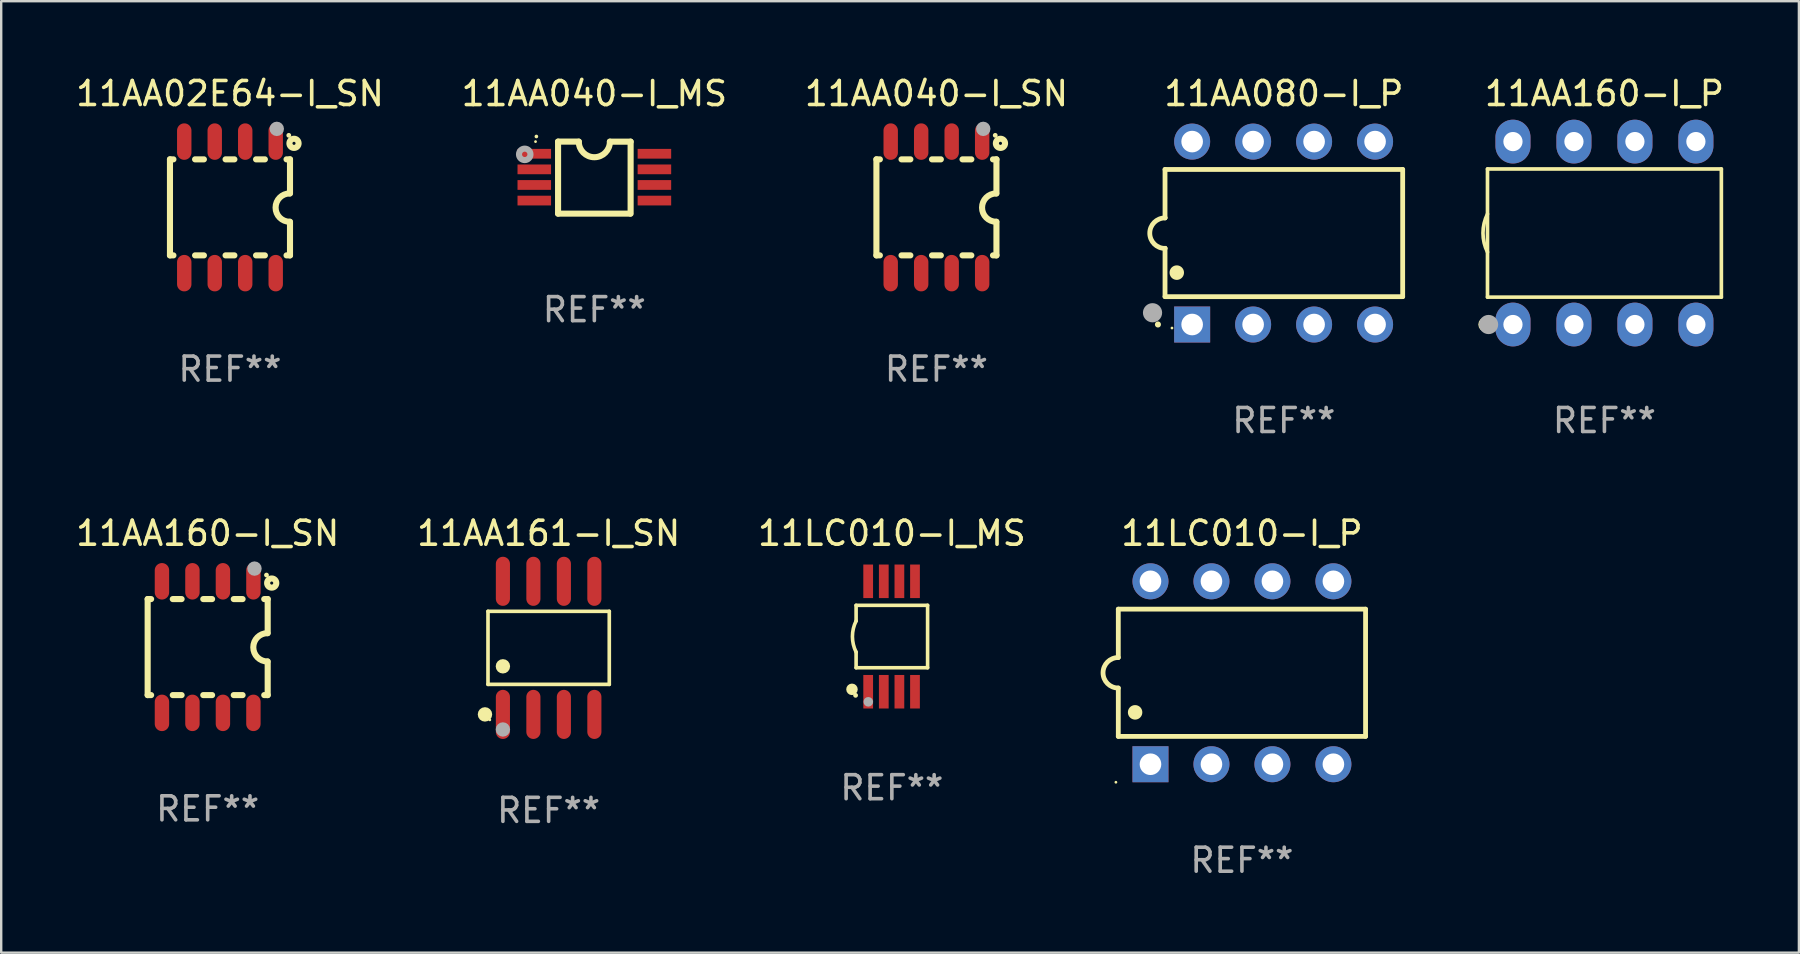
<source format=kicad_pcb>
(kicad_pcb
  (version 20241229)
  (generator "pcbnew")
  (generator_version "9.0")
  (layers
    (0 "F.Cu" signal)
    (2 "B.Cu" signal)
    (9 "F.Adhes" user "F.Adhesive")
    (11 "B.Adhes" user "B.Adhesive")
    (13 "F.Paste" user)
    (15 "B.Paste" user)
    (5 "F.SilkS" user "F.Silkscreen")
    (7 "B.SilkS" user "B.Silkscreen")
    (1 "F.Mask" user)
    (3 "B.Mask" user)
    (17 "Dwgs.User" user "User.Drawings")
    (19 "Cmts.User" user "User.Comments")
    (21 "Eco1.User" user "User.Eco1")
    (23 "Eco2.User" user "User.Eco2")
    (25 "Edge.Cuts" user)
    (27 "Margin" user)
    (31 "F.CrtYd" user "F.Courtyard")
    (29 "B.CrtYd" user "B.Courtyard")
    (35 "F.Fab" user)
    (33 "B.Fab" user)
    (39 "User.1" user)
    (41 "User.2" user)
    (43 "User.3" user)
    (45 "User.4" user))
  (footprint "11AA160-I_P"
    (layer "F.Cu")
    (at 63.784 6.658)
    (property "Reference" "11AA160-I_P" (at 0 -5.81 0) (layer "F.SilkS") (effects (font (size 1 1) (thickness 0.15))))
    (attr through_hole)
    (fp_line (start -4.871 -2.669) (end 4.871 -2.669) (stroke (width 0.152) (type solid)) (layer "F.SilkS"))
    (fp_line (start -4.871 2.669) (end -4.871 -2.669) (stroke (width 0.152) (type solid)) (layer "F.SilkS"))
    (fp_line (start 4.871 -2.669) (end 4.871 2.669) (stroke (width 0.152) (type solid)) (layer "F.SilkS"))
    (fp_line (start 4.871 2.669) (end -4.871 2.669) (stroke (width 0.152) (type solid)) (layer "F.SilkS"))
    (fp_arc (start -4.871222 0.793751) (mid -5.058601 0) (end -4.871222 -0.793752) (stroke (width 0.1524) (type solid)) (layer "F.SilkS"))
    (fp_circle (center -4.953 3.81) (end -4.803 3.81) (stroke (width 0.3) (type solid)) (fill no) (layer "F.SilkS"))
    (fp_circle (center -4.795 3.935) (end -4.765 3.935) (stroke (width 0.06) (type solid)) (fill no) (layer "F.SilkS"))
    (fp_circle (center -4.826 3.81) (end -4.626 3.81) (stroke (width 0.4) (type solid)) (fill no) (layer "F.Fab"))
    (fp_text user "REF**" (at 0 7.81 0) (layer "F.Fab") (effects (font (size 1 1) (thickness 0.15))))
    (pad "1" thru_hole oval (at -3.81 3.81) (size 1.46 1.825) (drill 0.8) (layers "*.Cu" "*.Mask"))
    (pad "2" thru_hole oval (at -1.27 3.81) (size 1.46 1.825) (drill 0.8) (layers "*.Cu" "*.Mask"))
    (pad "3" thru_hole oval (at 1.27 3.81) (size 1.46 1.825) (drill 0.8) (layers "*.Cu" "*.Mask"))
    (pad "4" thru_hole oval (at 3.81 3.81) (size 1.46 1.825) (drill 0.8) (layers "*.Cu" "*.Mask"))
    (pad "5" thru_hole oval (at 3.81 -3.81) (size 1.46 1.825) (drill 0.8) (layers "*.Cu" "*.Mask"))
    (pad "6" thru_hole oval (at 1.27 -3.81) (size 1.46 1.825) (drill 0.8) (layers "*.Cu" "*.Mask"))
    (pad "7" thru_hole oval (at -1.27 -3.81) (size 1.46 1.825) (drill 0.8) (layers "*.Cu" "*.Mask"))
    (pad "8" thru_hole oval (at -3.81 -3.81) (size 1.46 1.825) (drill 0.8) (layers "*.Cu" "*.Mask")))
  (footprint "11AA161-I_SN"
    (layer "F.Cu")
    (at 19.804 23.937)
    (property "Reference" "11AA161-I_SN" (at 0 -4.772 0) (layer "F.SilkS") (effects (font (size 1 1) (thickness 0.15))))
    (attr through_hole)
    (fp_line (start -2.526 -1.521) (end 2.526 -1.521) (stroke (width 0.152) (type solid)) (layer "F.SilkS"))
    (fp_line (start -2.526 1.521) (end -2.526 -1.521) (stroke (width 0.152) (type solid)) (layer "F.SilkS"))
    (fp_line (start 2.526 -1.521) (end 2.526 1.521) (stroke (width 0.152) (type solid)) (layer "F.SilkS"))
    (fp_line (start 2.526 1.521) (end -2.526 1.521) (stroke (width 0.152) (type solid)) (layer "F.SilkS"))
    (fp_circle (center -2.652 2.772) (end -2.501 2.772) (stroke (width 0.3) (type solid)) (fill no) (layer "F.SilkS"))
    (fp_circle (center -2.45 3) (end -2.42 3) (stroke (width 0.06) (type solid)) (fill no) (layer "F.SilkS"))
    (fp_circle (center -1.905 0.769) (end -1.755 0.769) (stroke (width 0.3) (type solid)) (fill no) (layer "F.SilkS"))
    (fp_circle (center -1.905 3.4) (end -1.755 3.4) (stroke (width 0.3) (type solid)) (fill no) (layer "F.Fab"))
    (fp_text user "REF**" (at 0 6.772 0) (layer "F.Fab") (effects (font (size 1 1) (thickness 0.15))))
    (pad "1" smd oval (at -1.905 2.772) (size 0.588 2.045) (layers "F.Cu" "F.Mask" "F.Paste"))
    (pad "2" smd oval (at -0.635 2.772) (size 0.588 2.045) (layers "F.Cu" "F.Mask" "F.Paste"))
    (pad "3" smd oval (at 0.635 2.772) (size 0.588 2.045) (layers "F.Cu" "F.Mask" "F.Paste"))
    (pad "4" smd oval (at 1.905 2.772) (size 0.588 2.045) (layers "F.Cu" "F.Mask" "F.Paste"))
    (pad "5" smd oval (at 1.905 -2.772) (size 0.588 2.045) (layers "F.Cu" "F.Mask" "F.Paste"))
    (pad "6" smd oval (at 0.635 -2.772) (size 0.588 2.045) (layers "F.Cu" "F.Mask" "F.Paste"))
    (pad "7" smd oval (at -0.635 -2.772) (size 0.588 2.045) (layers "F.Cu" "F.Mask" "F.Paste"))
    (pad "8" smd oval (at -1.905 -2.772) (size 0.588 2.045) (layers "F.Cu" "F.Mask" "F.Paste")))
  (footprint "11AA160-I_SN"
    (layer "F.Cu")
    (at 5.601 23.905)
    (property "Reference" "11AA160-I_SN" (at 0 -4.74 0) (layer "F.SilkS") (effects (font (size 1 1) (thickness 0.15))))
    (attr through_hole)
    (fp_line (start -2.5 2) (end -2.5 -2) (stroke (width 0.254) (type solid)) (layer "F.SilkS"))
    (fp_line (start -2.356 -2) (end -2.5 -2) (stroke (width 0.254) (type solid)) (layer "F.SilkS"))
    (fp_line (start -2.356 2) (end -2.5 2) (stroke (width 0.254) (type solid)) (layer "F.SilkS"))
    (fp_line (start -1.086 -2) (end -1.454 -2) (stroke (width 0.254) (type solid)) (layer "F.SilkS"))
    (fp_line (start -1.086 2) (end -1.454 2) (stroke (width 0.254) (type solid)) (layer "F.SilkS"))
    (fp_line (start 0.184 -2) (end -0.184 -2) (stroke (width 0.254) (type solid)) (layer "F.SilkS"))
    (fp_line (start 0.184 2) (end -0.184 2) (stroke (width 0.254) (type solid)) (layer "F.SilkS"))
    (fp_line (start 1.454 -2) (end 1.086 -2) (stroke (width 0.254) (type solid)) (layer "F.SilkS"))
    (fp_line (start 1.454 2) (end 1.086 2) (stroke (width 0.254) (type solid)) (layer "F.SilkS"))
    (fp_line (start 2.5 -2) (end 2.356 -2) (stroke (width 0.254) (type solid)) (layer "F.SilkS"))
    (fp_line (start 2.5 -0.58) (end 2.5 -2) (stroke (width 0.254) (type solid)) (layer "F.SilkS"))
    (fp_line (start 2.5 2) (end 2.356 2) (stroke (width 0.254) (type solid)) (layer "F.SilkS"))
    (fp_line (start 2.5 2) (end 2.5 0.6) (stroke (width 0.254) (type solid)) (layer "F.SilkS"))
    (fp_arc (start 2.489992 0.600051) (mid 1.901674 0.010046) (end 2.489992 -0.579959) (stroke (width 0.254001) (type solid)) (layer "F.SilkS"))
    (fp_circle (center 2.45 -3) (end 2.5 -3) (stroke (width 0.1) (type solid)) (fill no) (layer "F.SilkS"))
    (fp_circle (center 2.667 -2.667) (end 2.858 -2.667) (stroke (width 0.254) (type solid)) (fill no) (layer "F.SilkS"))
    (fp_circle (center 1.95 -3.27) (end 2.1 -3.27) (stroke (width 0.3) (type solid)) (fill no) (layer "F.Fab"))
    (fp_text user "REF**" (at 0 6.74 0) (layer "F.Fab") (effects (font (size 1 1) (thickness 0.15))))
    (pad "1" smd oval (at 1.905 -2.74) (size 0.6 1.52) (layers "F.Cu" "F.Mask" "F.Paste"))
    (pad "2" smd oval (at 0.635 -2.74) (size 0.6 1.52) (layers "F.Cu" "F.Mask" "F.Paste"))
    (pad "3" smd oval (at -0.635 -2.74) (size 0.6 1.52) (layers "F.Cu" "F.Mask" "F.Paste"))
    (pad "4" smd oval (at -1.905 -2.74) (size 0.6 1.52) (layers "F.Cu" "F.Mask" "F.Paste"))
    (pad "5" smd oval (at -1.905 2.74) (size 0.6 1.52) (layers "F.Cu" "F.Mask" "F.Paste"))
    (pad "6" smd oval (at -0.635 2.74) (size 0.6 1.52) (layers "F.Cu" "F.Mask" "F.Paste"))
    (pad "7" smd oval (at 0.635 2.74) (size 0.6 1.52) (layers "F.Cu" "F.Mask" "F.Paste"))
    (pad "8" smd oval (at 1.905 2.74) (size 0.6 1.52) (layers "F.Cu" "F.Mask" "F.Paste")))
  (footprint "11AA040-I_MS"
    (layer "F.Cu")
    (at 21.708 4.35)
    (property "Reference" "11AA040-I_MS" (at 0 -3.501 0) (layer "F.SilkS") (effects (font (size 1 1) (thickness 0.15))))
    (attr through_hole)
    (fp_line (start -1.511 -1.501) (end -1.511 1.499) (stroke (width 0.254) (type solid)) (layer "F.SilkS"))
    (fp_line (start -1.511 -1.501) (end -0.648 -1.501) (stroke (width 0.254) (type solid)) (layer "F.SilkS"))
    (fp_line (start -1.511 1.499) (end 1.489 1.499) (stroke (width 0.254) (type solid)) (layer "F.SilkS"))
    (fp_line (start 0.648 -1.499) (end 1.511 -1.499) (stroke (width 0.254) (type solid)) (layer "F.SilkS"))
    (fp_line (start 1.511 -1.499) (end 1.511 1.501) (stroke (width 0.254) (type solid)) (layer "F.SilkS"))
    (fp_arc (start -2.41491 -1.713233) (mid -2.414916 -1.714503) (end -2.41491 -1.715773) (stroke (width 0.150013) (type solid)) (layer "F.SilkS"))
    (fp_arc (start 0.647803 -1.498603) (mid 0.000102 -0.850902) (end -0.647599 -1.498603) (stroke (width 0.254001) (type solid)) (layer "F.SilkS"))
    (fp_circle (center -2.45 -1.501) (end -2.42 -1.501) (stroke (width 0.06) (type solid)) (fill no) (layer "F.SilkS"))
    (fp_circle (center -2.9 -0.97) (end -2.788 -0.97) (stroke (width 0.254) (type solid)) (fill no) (layer "F.Fab"))
    (fp_text user "REF**" (at 0 5.501 0) (layer "F.Fab") (effects (font (size 1 1) (thickness 0.15))))
    (pad "1" smd rect (at -2.502 -0.995) (size 1.397 0.406) (layers "F.Cu" "F.Mask" "F.Paste"))
    (pad "2" smd rect (at -2.502 -0.345) (size 1.397 0.406) (layers "F.Cu" "F.Mask" "F.Paste"))
    (pad "3" smd rect (at -2.502 0.305) (size 1.397 0.406) (layers "F.Cu" "F.Mask" "F.Paste"))
    (pad "4" smd rect (at -2.502 0.955) (size 1.397 0.406) (layers "F.Cu" "F.Mask" "F.Paste"))
    (pad "5" smd rect (at 2.502 0.955) (size 1.397 0.406) (layers "F.Cu" "F.Mask" "F.Paste"))
    (pad "6" smd rect (at 2.502 0.305) (size 1.397 0.406) (layers "F.Cu" "F.Mask" "F.Paste"))
    (pad "7" smd rect (at 2.502 -0.345) (size 1.397 0.406) (layers "F.Cu" "F.Mask" "F.Paste"))
    (pad "8" smd rect (at 2.502 -0.995) (size 1.397 0.406) (layers "F.Cu" "F.Mask" "F.Paste")))
  (footprint "11LC010-I_P"
    (layer "F.Cu")
    (at 48.684 24.975)
    (property "Reference" "11LC010-I_P" (at 0 -5.81 0) (layer "F.SilkS") (effects (font (size 1 1) (thickness 0.15))))
    (attr through_hole)
    (fp_line (start -5.15 -2.65) (end 5.15 -2.65) (stroke (width 0.2) (type solid)) (layer "F.SilkS"))
    (fp_line (start -5.15 -0.635) (end -5.15 -2.65) (stroke (width 0.2) (type solid)) (layer "F.SilkS"))
    (fp_line (start -5.15 2.65) (end -5.15 0.635) (stroke (width 0.2) (type solid)) (layer "F.SilkS"))
    (fp_line (start 5.15 -2.65) (end 5.15 2.65) (stroke (width 0.2) (type solid)) (layer "F.SilkS"))
    (fp_line (start 5.15 2.65) (end -5.15 2.65) (stroke (width 0.2) (type solid)) (layer "F.SilkS"))
    (fp_arc (start -5.15113 0.635001) (mid -5.786131 0) (end -5.15113 -0.635001) (stroke (width 0.2) (type solid)) (layer "F.SilkS"))
    (fp_arc (start -4.450089 1.651003) (mid -4.4501 1.648463) (end -4.450089 1.645923) (stroke (width 0.6) (type solid)) (layer "F.SilkS"))
    (fp_circle (center -5.25 4.56) (end -5.22 4.56) (stroke (width 0.06) (type solid)) (fill no) (layer "F.SilkS"))
    (fp_text user "REF**" (at 0 7.81 0) (layer "F.Fab") (effects (font (size 1 1) (thickness 0.15))))
    (pad "1" thru_hole rect (at -3.81 3.81 90) (size 1.5 1.5) (drill 0.9) (layers "*.Cu" "*.Mask"))
    (pad "2" thru_hole circle (at -1.27 3.81) (size 1.5 1.5) (drill 0.9) (layers "*.Cu" "*.Mask"))
    (pad "3" thru_hole circle (at 1.27 3.81) (size 1.5 1.5) (drill 0.9) (layers "*.Cu" "*.Mask"))
    (pad "4" thru_hole circle (at 3.81 3.81) (size 1.5 1.5) (drill 0.9) (layers "*.Cu" "*.Mask"))
    (pad "5" thru_hole circle (at 3.81 -3.81) (size 1.5 1.5) (drill 0.9) (layers "*.Cu" "*.Mask"))
    (pad "6" thru_hole circle (at 1.27 -3.81) (size 1.5 1.5) (drill 0.9) (layers "*.Cu" "*.Mask"))
    (pad "7" thru_hole circle (at -1.27 -3.81) (size 1.5 1.5) (drill 0.9) (layers "*.Cu" "*.Mask"))
    (pad "8" thru_hole circle (at -3.81 -3.81) (size 1.5 1.5) (drill 0.9) (layers "*.Cu" "*.Mask")))
  (footprint "11LC010-I_MS"
    (layer "F.Cu")
    (at 34.101 23.465)
    (property "Reference" "11LC010-I_MS" (at 0 -4.3 0) (layer "F.SilkS") (effects (font (size 1 1) (thickness 0.15))))
    (attr through_hole)
    (fp_line (start -1.489 -1.3) (end -1.489 -0.648) (stroke (width 0.15) (type solid)) (layer "F.SilkS"))
    (fp_line (start -1.489 0.648) (end -1.489 1.3) (stroke (width 0.15) (type solid)) (layer "F.SilkS"))
    (fp_line (start -1.489 1.3) (end 1.489 1.3) (stroke (width 0.15) (type solid)) (layer "F.SilkS"))
    (fp_line (start 1.489 -1.3) (end -1.489 -1.3) (stroke (width 0.15) (type solid)) (layer "F.SilkS"))
    (fp_line (start 1.489 1.3) (end 1.489 -1.3) (stroke (width 0.15) (type solid)) (layer "F.SilkS"))
    (fp_arc (start -1.489205 0.647702) (mid -1.642107 0) (end -1.489205 -0.647701) (stroke (width 0.150013) (type solid)) (layer "F.SilkS"))
    (fp_circle (center -1.661 2.2) (end -1.541 2.2) (stroke (width 0.24) (type solid)) (fill no) (layer "F.SilkS"))
    (fp_circle (center -1.511 2.45) (end -1.461 2.45) (stroke (width 0.1) (type solid)) (fill no) (layer "F.SilkS"))
    (fp_circle (center -0.981 2.72) (end -0.881 2.72) (stroke (width 0.2) (type solid)) (fill no) (layer "F.Fab"))
    (fp_text user "REF**" (at 0 6.3 0) (layer "F.Fab") (effects (font (size 1 1) (thickness 0.15))))
    (pad "1" smd rect (at -0.986 2.3) (size 0.406 1.397) (layers "F.Cu" "F.Mask" "F.Paste"))
    (pad "2" smd rect (at -0.336 2.3) (size 0.406 1.397) (layers "F.Cu" "F.Mask" "F.Paste"))
    (pad "3" smd rect (at 0.314 2.3) (size 0.406 1.397) (layers "F.Cu" "F.Mask" "F.Paste"))
    (pad "4" smd rect (at 0.964 2.3) (size 0.406 1.397) (layers "F.Cu" "F.Mask" "F.Paste"))
    (pad "5" smd rect (at 0.964 -2.3) (size 0.406 1.397) (layers "F.Cu" "F.Mask" "F.Paste"))
    (pad "6" smd rect (at 0.314 -2.3) (size 0.406 1.397) (layers "F.Cu" "F.Mask" "F.Paste"))
    (pad "7" smd rect (at -0.336 -2.3) (size 0.406 1.397) (layers "F.Cu" "F.Mask" "F.Paste"))
    (pad "8" smd rect (at -0.986 -2.3) (size 0.406 1.397) (layers "F.Cu" "F.Mask" "F.Paste")))
  (footprint "11AA080-I_P"
    (layer "F.Cu")
    (at 50.43 6.658)
    (property "Reference" "11AA080-I_P" (at 0 -5.81 0) (layer "F.SilkS") (effects (font (size 1 1) (thickness 0.15))))
    (attr through_hole)
    (fp_line (start -4.95 -2.649) (end 4.95 -2.649) (stroke (width 0.2) (type solid)) (layer "F.SilkS"))
    (fp_line (start -4.95 -0.635) (end -4.95 -2.649) (stroke (width 0.2) (type solid)) (layer "F.SilkS"))
    (fp_line (start -4.95 0.635) (end -4.95 0.64) (stroke (width 0.2) (type solid)) (layer "F.SilkS"))
    (fp_line (start -4.95 2.649) (end -4.95 0.635) (stroke (width 0.2) (type solid)) (layer "F.SilkS"))
    (fp_line (start -4.95 -0.64) (end -4.95 -0.635) (stroke (width 0.2) (type solid)) (layer "F.SilkS"))
    (fp_line (start 4.95 -2.649) (end 4.95 2.649) (stroke (width 0.2) (type solid)) (layer "F.SilkS"))
    (fp_line (start 4.95 2.649) (end -4.95 2.649) (stroke (width 0.2) (type solid)) (layer "F.SilkS"))
    (fp_arc (start -5.24511 3.810008) (mid -5.245117 3.808738) (end -5.24511 3.807468) (stroke (width 0.25) (type solid)) (layer "F.SilkS"))
    (fp_arc (start -4.950165 0.640005) (mid -5.585166 0.005004) (end -4.950165 -0.629997) (stroke (width 0.2) (type solid)) (layer "F.SilkS"))
    (fp_arc (start -4.460249 1.651003) (mid -4.46026 1.648463) (end -4.460249 1.645923) (stroke (width 0.6) (type solid)) (layer "F.SilkS"))
    (fp_circle (center -4.66 3.956) (end -4.63 3.956) (stroke (width 0.06) (type solid)) (fill no) (layer "F.SilkS"))
    (fp_circle (center -5.47 3.32) (end -5.27 3.32) (stroke (width 0.4) (type solid)) (fill no) (layer "F.Fab"))
    (fp_text user "REF**" (at 0 7.81 0) (layer "F.Fab") (effects (font (size 1 1) (thickness 0.15))))
    (pad "1" thru_hole rect (at -3.82 3.81) (size 1.5 1.5) (drill 0.9) (layers "*.Cu" "*.Mask"))
    (pad "2" thru_hole circle (at -1.28 3.81) (size 1.5 1.5) (drill 0.9) (layers "*.Cu" "*.Mask"))
    (pad "3" thru_hole circle (at 1.26 3.81) (size 1.5 1.5) (drill 0.9) (layers "*.Cu" "*.Mask"))
    (pad "4" thru_hole circle (at 3.8 3.81) (size 1.5 1.5) (drill 0.9) (layers "*.Cu" "*.Mask"))
    (pad "5" thru_hole circle (at 3.8 -3.81) (size 1.5 1.5) (drill 0.9) (layers "*.Cu" "*.Mask"))
    (pad "6" thru_hole circle (at 1.26 -3.81) (size 1.5 1.5) (drill 0.9) (layers "*.Cu" "*.Mask"))
    (pad "7" thru_hole circle (at -1.28 -3.81) (size 1.5 1.5) (drill 0.9) (layers "*.Cu" "*.Mask"))
    (pad "8" thru_hole circle (at -3.82 -3.81) (size 1.5 1.5) (drill 0.9) (layers "*.Cu" "*.Mask")))
  (footprint "11AA02E64-I_SN"
    (layer "F.Cu")
    (at 6.53 5.588)
    (property "Reference" "11AA02E64-I_SN" (at 0 -4.74 0) (layer "F.SilkS") (effects (font (size 1 1) (thickness 0.15))))
    (attr through_hole)
    (fp_line (start -2.5 2) (end -2.5 -2) (stroke (width 0.254) (type solid)) (layer "F.SilkS"))
    (fp_line (start -2.356 -2) (end -2.5 -2) (stroke (width 0.254) (type solid)) (layer "F.SilkS"))
    (fp_line (start -2.356 2) (end -2.5 2) (stroke (width 0.254) (type solid)) (layer "F.SilkS"))
    (fp_line (start -1.086 -2) (end -1.454 -2) (stroke (width 0.254) (type solid)) (layer "F.SilkS"))
    (fp_line (start -1.086 2) (end -1.454 2) (stroke (width 0.254) (type solid)) (layer "F.SilkS"))
    (fp_line (start 0.184 -2) (end -0.184 -2) (stroke (width 0.254) (type solid)) (layer "F.SilkS"))
    (fp_line (start 0.184 2) (end -0.184 2) (stroke (width 0.254) (type solid)) (layer "F.SilkS"))
    (fp_line (start 1.454 -2) (end 1.086 -2) (stroke (width 0.254) (type solid)) (layer "F.SilkS"))
    (fp_line (start 1.454 2) (end 1.086 2) (stroke (width 0.254) (type solid)) (layer "F.SilkS"))
    (fp_line (start 2.5 -2) (end 2.356 -2) (stroke (width 0.254) (type solid)) (layer "F.SilkS"))
    (fp_line (start 2.5 -0.58) (end 2.5 -2) (stroke (width 0.254) (type solid)) (layer "F.SilkS"))
    (fp_line (start 2.5 2) (end 2.356 2) (stroke (width 0.254) (type solid)) (layer "F.SilkS"))
    (fp_line (start 2.5 2) (end 2.5 0.6) (stroke (width 0.254) (type solid)) (layer "F.SilkS"))
    (fp_arc (start 2.489992 0.600051) (mid 1.901674 0.010046) (end 2.489992 -0.579959) (stroke (width 0.254001) (type solid)) (layer "F.SilkS"))
    (fp_circle (center 2.45 -3) (end 2.5 -3) (stroke (width 0.1) (type solid)) (fill no) (layer "F.SilkS"))
    (fp_circle (center 2.667 -2.667) (end 2.858 -2.667) (stroke (width 0.254) (type solid)) (fill no) (layer "F.SilkS"))
    (fp_circle (center 1.95 -3.27) (end 2.1 -3.27) (stroke (width 0.3) (type solid)) (fill no) (layer "F.Fab"))
    (fp_text user "REF**" (at 0 6.74 0) (layer "F.Fab") (effects (font (size 1 1) (thickness 0.15))))
    (pad "1" smd oval (at 1.905 -2.74) (size 0.6 1.52) (layers "F.Cu" "F.Mask" "F.Paste"))
    (pad "2" smd oval (at 0.635 -2.74) (size 0.6 1.52) (layers "F.Cu" "F.Mask" "F.Paste"))
    (pad "3" smd oval (at -0.635 -2.74) (size 0.6 1.52) (layers "F.Cu" "F.Mask" "F.Paste"))
    (pad "4" smd oval (at -1.905 -2.74) (size 0.6 1.52) (layers "F.Cu" "F.Mask" "F.Paste"))
    (pad "5" smd oval (at -1.905 2.74) (size 0.6 1.52) (layers "F.Cu" "F.Mask" "F.Paste"))
    (pad "6" smd oval (at -0.635 2.74) (size 0.6 1.52) (layers "F.Cu" "F.Mask" "F.Paste"))
    (pad "7" smd oval (at 0.635 2.74) (size 0.6 1.52) (layers "F.Cu" "F.Mask" "F.Paste"))
    (pad "8" smd oval (at 1.905 2.74) (size 0.6 1.52) (layers "F.Cu" "F.Mask" "F.Paste")))
  (footprint "11AA040-I_SN"
    (layer "F.Cu")
    (at 35.958 5.588)
    (property "Reference" "11AA040-I_SN" (at 0 -4.74 0) (layer "F.SilkS") (effects (font (size 1 1) (thickness 0.15))))
    (attr through_hole)
    (fp_line (start -2.5 2) (end -2.5 -2) (stroke (width 0.254) (type solid)) (layer "F.SilkS"))
    (fp_line (start -2.356 -2) (end -2.5 -2) (stroke (width 0.254) (type solid)) (layer "F.SilkS"))
    (fp_line (start -2.356 2) (end -2.5 2) (stroke (width 0.254) (type solid)) (layer "F.SilkS"))
    (fp_line (start -1.086 -2) (end -1.454 -2) (stroke (width 0.254) (type solid)) (layer "F.SilkS"))
    (fp_line (start -1.086 2) (end -1.454 2) (stroke (width 0.254) (type solid)) (layer "F.SilkS"))
    (fp_line (start 0.184 -2) (end -0.184 -2) (stroke (width 0.254) (type solid)) (layer "F.SilkS"))
    (fp_line (start 0.184 2) (end -0.184 2) (stroke (width 0.254) (type solid)) (layer "F.SilkS"))
    (fp_line (start 1.454 -2) (end 1.086 -2) (stroke (width 0.254) (type solid)) (layer "F.SilkS"))
    (fp_line (start 1.454 2) (end 1.086 2) (stroke (width 0.254) (type solid)) (layer "F.SilkS"))
    (fp_line (start 2.5 -2) (end 2.356 -2) (stroke (width 0.254) (type solid)) (layer "F.SilkS"))
    (fp_line (start 2.5 -0.58) (end 2.5 -2) (stroke (width 0.254) (type solid)) (layer "F.SilkS"))
    (fp_line (start 2.5 2) (end 2.356 2) (stroke (width 0.254) (type solid)) (layer "F.SilkS"))
    (fp_line (start 2.5 2) (end 2.5 0.6) (stroke (width 0.254) (type solid)) (layer "F.SilkS"))
    (fp_arc (start 2.489992 0.600051) (mid 1.901674 0.010046) (end 2.489992 -0.579959) (stroke (width 0.254001) (type solid)) (layer "F.SilkS"))
    (fp_circle (center 2.45 -3) (end 2.5 -3) (stroke (width 0.1) (type solid)) (fill no) (layer "F.SilkS"))
    (fp_circle (center 2.667 -2.667) (end 2.858 -2.667) (stroke (width 0.254) (type solid)) (fill no) (layer "F.SilkS"))
    (fp_circle (center 1.95 -3.27) (end 2.1 -3.27) (stroke (width 0.3) (type solid)) (fill no) (layer "F.Fab"))
    (fp_text user "REF**" (at 0 6.74 0) (layer "F.Fab") (effects (font (size 1 1) (thickness 0.15))))
    (pad "1" smd oval (at 1.905 -2.74) (size 0.6 1.52) (layers "F.Cu" "F.Mask" "F.Paste"))
    (pad "2" smd oval (at 0.635 -2.74) (size 0.6 1.52) (layers "F.Cu" "F.Mask" "F.Paste"))
    (pad "3" smd oval (at -0.635 -2.74) (size 0.6 1.52) (layers "F.Cu" "F.Mask" "F.Paste"))
    (pad "4" smd oval (at -1.905 -2.74) (size 0.6 1.52) (layers "F.Cu" "F.Mask" "F.Paste"))
    (pad "5" smd oval (at -1.905 2.74) (size 0.6 1.52) (layers "F.Cu" "F.Mask" "F.Paste"))
    (pad "6" smd oval (at -0.635 2.74) (size 0.6 1.52) (layers "F.Cu" "F.Mask" "F.Paste"))
    (pad "7" smd oval (at 0.635 2.74) (size 0.6 1.52) (layers "F.Cu" "F.Mask" "F.Paste"))
    (pad "8" smd oval (at 1.905 2.74) (size 0.6 1.52) (layers "F.Cu" "F.Mask" "F.Paste")))
  (gr_rect
    (start -3 -3)
    (end 71.885 36.633)
    (stroke (width 0.1) (type default))
    (fill no)
    (layer "Edge.Cuts")))
</source>
